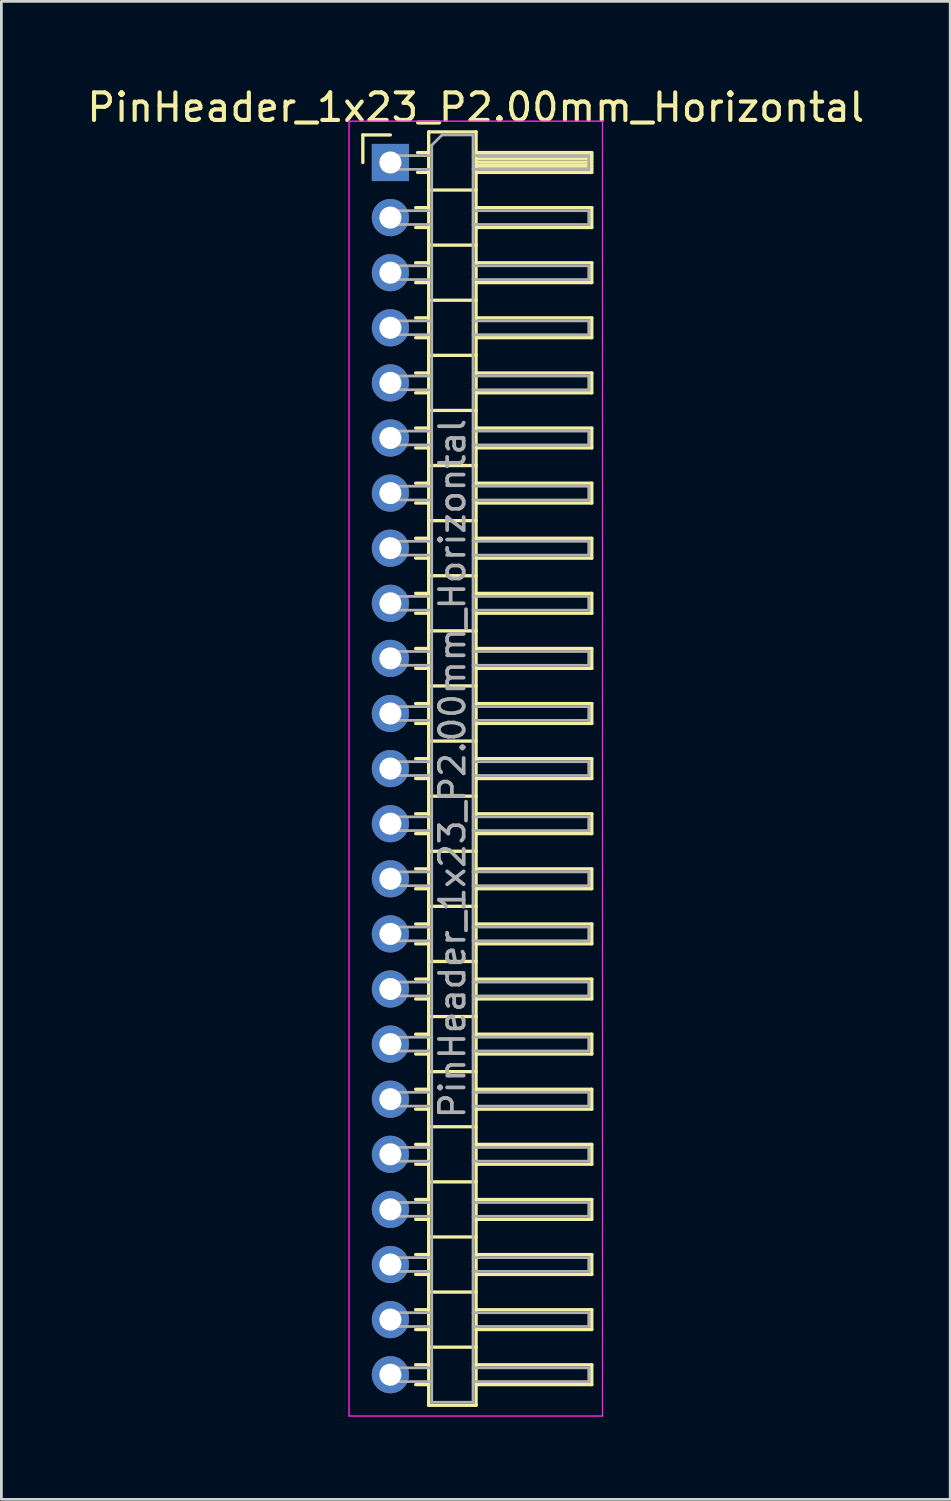
<source format=kicad_pcb>
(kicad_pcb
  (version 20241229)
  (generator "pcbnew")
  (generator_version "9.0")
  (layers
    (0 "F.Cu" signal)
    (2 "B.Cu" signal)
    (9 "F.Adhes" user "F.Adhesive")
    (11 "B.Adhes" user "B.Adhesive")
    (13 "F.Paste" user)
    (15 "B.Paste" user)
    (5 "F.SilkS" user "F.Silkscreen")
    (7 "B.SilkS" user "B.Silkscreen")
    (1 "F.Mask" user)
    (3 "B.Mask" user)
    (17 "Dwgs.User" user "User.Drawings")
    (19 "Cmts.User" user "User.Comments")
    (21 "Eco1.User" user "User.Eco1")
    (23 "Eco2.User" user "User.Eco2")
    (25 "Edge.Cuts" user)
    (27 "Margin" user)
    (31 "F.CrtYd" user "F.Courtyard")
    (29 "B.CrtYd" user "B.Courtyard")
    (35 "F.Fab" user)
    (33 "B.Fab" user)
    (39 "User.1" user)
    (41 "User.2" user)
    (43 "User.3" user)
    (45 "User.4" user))
  (footprint "PinHeader_1x23_P2.00mm_Horizontal"
    (layer "F.Cu")
    (at 11.12 2.848)
    (property "Reference" "PinHeader_1x23_P2.00mm_Horizontal" (at 3.1 -2 0) (layer "F.SilkS") (effects (font (size 1 1) (thickness 0.15))))
    (attr through_hole)
    (fp_line (start -1 -1) (end 0 -1) (stroke (width 0.12) (type solid)) (layer "F.SilkS"))
    (fp_line (start -1 0) (end -1 -1) (stroke (width 0.12) (type solid)) (layer "F.SilkS"))
    (fp_line (start 0.917 1.64) (end 1.39 1.64) (stroke (width 0.12) (type solid)) (layer "F.SilkS"))
    (fp_line (start 0.917 2.36) (end 1.39 2.36) (stroke (width 0.12) (type solid)) (layer "F.SilkS"))
    (fp_line (start 0.917 3.64) (end 1.39 3.64) (stroke (width 0.12) (type solid)) (layer "F.SilkS"))
    (fp_line (start 0.917 4.36) (end 1.39 4.36) (stroke (width 0.12) (type solid)) (layer "F.SilkS"))
    (fp_line (start 0.917 5.64) (end 1.39 5.64) (stroke (width 0.12) (type solid)) (layer "F.SilkS"))
    (fp_line (start 0.917 6.36) (end 1.39 6.36) (stroke (width 0.12) (type solid)) (layer "F.SilkS"))
    (fp_line (start 0.917 7.64) (end 1.39 7.64) (stroke (width 0.12) (type solid)) (layer "F.SilkS"))
    (fp_line (start 0.917 8.36) (end 1.39 8.36) (stroke (width 0.12) (type solid)) (layer "F.SilkS"))
    (fp_line (start 0.917 9.64) (end 1.39 9.64) (stroke (width 0.12) (type solid)) (layer "F.SilkS"))
    (fp_line (start 0.917 10.36) (end 1.39 10.36) (stroke (width 0.12) (type solid)) (layer "F.SilkS"))
    (fp_line (start 0.917 11.64) (end 1.39 11.64) (stroke (width 0.12) (type solid)) (layer "F.SilkS"))
    (fp_line (start 0.917 12.36) (end 1.39 12.36) (stroke (width 0.12) (type solid)) (layer "F.SilkS"))
    (fp_line (start 0.917 13.64) (end 1.39 13.64) (stroke (width 0.12) (type solid)) (layer "F.SilkS"))
    (fp_line (start 0.917 14.36) (end 1.39 14.36) (stroke (width 0.12) (type solid)) (layer "F.SilkS"))
    (fp_line (start 0.917 15.64) (end 1.39 15.64) (stroke (width 0.12) (type solid)) (layer "F.SilkS"))
    (fp_line (start 0.917 16.36) (end 1.39 16.36) (stroke (width 0.12) (type solid)) (layer "F.SilkS"))
    (fp_line (start 0.917 17.64) (end 1.39 17.64) (stroke (width 0.12) (type solid)) (layer "F.SilkS"))
    (fp_line (start 0.917 18.36) (end 1.39 18.36) (stroke (width 0.12) (type solid)) (layer "F.SilkS"))
    (fp_line (start 0.917 19.64) (end 1.39 19.64) (stroke (width 0.12) (type solid)) (layer "F.SilkS"))
    (fp_line (start 0.917 20.36) (end 1.39 20.36) (stroke (width 0.12) (type solid)) (layer "F.SilkS"))
    (fp_line (start 0.917 21.64) (end 1.39 21.64) (stroke (width 0.12) (type solid)) (layer "F.SilkS"))
    (fp_line (start 0.917 22.36) (end 1.39 22.36) (stroke (width 0.12) (type solid)) (layer "F.SilkS"))
    (fp_line (start 0.917 23.64) (end 1.39 23.64) (stroke (width 0.12) (type solid)) (layer "F.SilkS"))
    (fp_line (start 0.917 24.36) (end 1.39 24.36) (stroke (width 0.12) (type solid)) (layer "F.SilkS"))
    (fp_line (start 0.917 25.64) (end 1.39 25.64) (stroke (width 0.12) (type solid)) (layer "F.SilkS"))
    (fp_line (start 0.917 26.36) (end 1.39 26.36) (stroke (width 0.12) (type solid)) (layer "F.SilkS"))
    (fp_line (start 0.917 27.64) (end 1.39 27.64) (stroke (width 0.12) (type solid)) (layer "F.SilkS"))
    (fp_line (start 0.917 28.36) (end 1.39 28.36) (stroke (width 0.12) (type solid)) (layer "F.SilkS"))
    (fp_line (start 0.917 29.64) (end 1.39 29.64) (stroke (width 0.12) (type solid)) (layer "F.SilkS"))
    (fp_line (start 0.917 30.36) (end 1.39 30.36) (stroke (width 0.12) (type solid)) (layer "F.SilkS"))
    (fp_line (start 0.917 31.64) (end 1.39 31.64) (stroke (width 0.12) (type solid)) (layer "F.SilkS"))
    (fp_line (start 0.917 32.36) (end 1.39 32.36) (stroke (width 0.12) (type solid)) (layer "F.SilkS"))
    (fp_line (start 0.917 33.64) (end 1.39 33.64) (stroke (width 0.12) (type solid)) (layer "F.SilkS"))
    (fp_line (start 0.917 34.36) (end 1.39 34.36) (stroke (width 0.12) (type solid)) (layer "F.SilkS"))
    (fp_line (start 0.917 35.64) (end 1.39 35.64) (stroke (width 0.12) (type solid)) (layer "F.SilkS"))
    (fp_line (start 0.917 36.36) (end 1.39 36.36) (stroke (width 0.12) (type solid)) (layer "F.SilkS"))
    (fp_line (start 0.917 37.64) (end 1.39 37.64) (stroke (width 0.12) (type solid)) (layer "F.SilkS"))
    (fp_line (start 0.917 38.36) (end 1.39 38.36) (stroke (width 0.12) (type solid)) (layer "F.SilkS"))
    (fp_line (start 0.917 39.64) (end 1.39 39.64) (stroke (width 0.12) (type solid)) (layer "F.SilkS"))
    (fp_line (start 0.917 40.36) (end 1.39 40.36) (stroke (width 0.12) (type solid)) (layer "F.SilkS"))
    (fp_line (start 0.917 41.64) (end 1.39 41.64) (stroke (width 0.12) (type solid)) (layer "F.SilkS"))
    (fp_line (start 0.917 42.36) (end 1.39 42.36) (stroke (width 0.12) (type solid)) (layer "F.SilkS"))
    (fp_line (start 0.917 43.64) (end 1.39 43.64) (stroke (width 0.12) (type solid)) (layer "F.SilkS"))
    (fp_line (start 0.917 44.36) (end 1.39 44.36) (stroke (width 0.12) (type solid)) (layer "F.SilkS"))
    (fp_line (start 0.985 -0.36) (end 1.39 -0.36) (stroke (width 0.12) (type solid)) (layer "F.SilkS"))
    (fp_line (start 0.985 0.36) (end 1.39 0.36) (stroke (width 0.12) (type solid)) (layer "F.SilkS"))
    (fp_line (start 1.39 -1.11) (end 1.39 45.11) (stroke (width 0.12) (type solid)) (layer "F.SilkS"))
    (fp_line (start 1.39 1) (end 3.11 1) (stroke (width 0.12) (type solid)) (layer "F.SilkS"))
    (fp_line (start 1.39 3) (end 3.11 3) (stroke (width 0.12) (type solid)) (layer "F.SilkS"))
    (fp_line (start 1.39 5) (end 3.11 5) (stroke (width 0.12) (type solid)) (layer "F.SilkS"))
    (fp_line (start 1.39 7) (end 3.11 7) (stroke (width 0.12) (type solid)) (layer "F.SilkS"))
    (fp_line (start 1.39 9) (end 3.11 9) (stroke (width 0.12) (type solid)) (layer "F.SilkS"))
    (fp_line (start 1.39 11) (end 3.11 11) (stroke (width 0.12) (type solid)) (layer "F.SilkS"))
    (fp_line (start 1.39 13) (end 3.11 13) (stroke (width 0.12) (type solid)) (layer "F.SilkS"))
    (fp_line (start 1.39 15) (end 3.11 15) (stroke (width 0.12) (type solid)) (layer "F.SilkS"))
    (fp_line (start 1.39 17) (end 3.11 17) (stroke (width 0.12) (type solid)) (layer "F.SilkS"))
    (fp_line (start 1.39 19) (end 3.11 19) (stroke (width 0.12) (type solid)) (layer "F.SilkS"))
    (fp_line (start 1.39 21) (end 3.11 21) (stroke (width 0.12) (type solid)) (layer "F.SilkS"))
    (fp_line (start 1.39 23) (end 3.11 23) (stroke (width 0.12) (type solid)) (layer "F.SilkS"))
    (fp_line (start 1.39 25) (end 3.11 25) (stroke (width 0.12) (type solid)) (layer "F.SilkS"))
    (fp_line (start 1.39 27) (end 3.11 27) (stroke (width 0.12) (type solid)) (layer "F.SilkS"))
    (fp_line (start 1.39 29) (end 3.11 29) (stroke (width 0.12) (type solid)) (layer "F.SilkS"))
    (fp_line (start 1.39 31) (end 3.11 31) (stroke (width 0.12) (type solid)) (layer "F.SilkS"))
    (fp_line (start 1.39 33) (end 3.11 33) (stroke (width 0.12) (type solid)) (layer "F.SilkS"))
    (fp_line (start 1.39 35) (end 3.11 35) (stroke (width 0.12) (type solid)) (layer "F.SilkS"))
    (fp_line (start 1.39 37) (end 3.11 37) (stroke (width 0.12) (type solid)) (layer "F.SilkS"))
    (fp_line (start 1.39 39) (end 3.11 39) (stroke (width 0.12) (type solid)) (layer "F.SilkS"))
    (fp_line (start 1.39 41) (end 3.11 41) (stroke (width 0.12) (type solid)) (layer "F.SilkS"))
    (fp_line (start 1.39 43) (end 3.11 43) (stroke (width 0.12) (type solid)) (layer "F.SilkS"))
    (fp_line (start 1.39 45.11) (end 3.11 45.11) (stroke (width 0.12) (type solid)) (layer "F.SilkS"))
    (fp_line (start 3.11 -1.11) (end 1.39 -1.11) (stroke (width 0.12) (type solid)) (layer "F.SilkS"))
    (fp_line (start 3.11 -0.36) (end 7.31 -0.36) (stroke (width 0.12) (type solid)) (layer "F.SilkS"))
    (fp_line (start 3.11 -0.25) (end 7.31 -0.25) (stroke (width 0.12) (type solid)) (layer "F.SilkS"))
    (fp_line (start 3.11 -0.13) (end 7.31 -0.13) (stroke (width 0.12) (type solid)) (layer "F.SilkS"))
    (fp_line (start 3.11 -0.01) (end 7.31 -0.01) (stroke (width 0.12) (type solid)) (layer "F.SilkS"))
    (fp_line (start 3.11 0.11) (end 7.31 0.11) (stroke (width 0.12) (type solid)) (layer "F.SilkS"))
    (fp_line (start 3.11 0.23) (end 7.31 0.23) (stroke (width 0.12) (type solid)) (layer "F.SilkS"))
    (fp_line (start 3.11 1.64) (end 7.31 1.64) (stroke (width 0.12) (type solid)) (layer "F.SilkS"))
    (fp_line (start 3.11 3.64) (end 7.31 3.64) (stroke (width 0.12) (type solid)) (layer "F.SilkS"))
    (fp_line (start 3.11 5.64) (end 7.31 5.64) (stroke (width 0.12) (type solid)) (layer "F.SilkS"))
    (fp_line (start 3.11 7.64) (end 7.31 7.64) (stroke (width 0.12) (type solid)) (layer "F.SilkS"))
    (fp_line (start 3.11 9.64) (end 7.31 9.64) (stroke (width 0.12) (type solid)) (layer "F.SilkS"))
    (fp_line (start 3.11 11.64) (end 7.31 11.64) (stroke (width 0.12) (type solid)) (layer "F.SilkS"))
    (fp_line (start 3.11 13.64) (end 7.31 13.64) (stroke (width 0.12) (type solid)) (layer "F.SilkS"))
    (fp_line (start 3.11 15.64) (end 7.31 15.64) (stroke (width 0.12) (type solid)) (layer "F.SilkS"))
    (fp_line (start 3.11 17.64) (end 7.31 17.64) (stroke (width 0.12) (type solid)) (layer "F.SilkS"))
    (fp_line (start 3.11 19.64) (end 7.31 19.64) (stroke (width 0.12) (type solid)) (layer "F.SilkS"))
    (fp_line (start 3.11 21.64) (end 7.31 21.64) (stroke (width 0.12) (type solid)) (layer "F.SilkS"))
    (fp_line (start 3.11 23.64) (end 7.31 23.64) (stroke (width 0.12) (type solid)) (layer "F.SilkS"))
    (fp_line (start 3.11 25.64) (end 7.31 25.64) (stroke (width 0.12) (type solid)) (layer "F.SilkS"))
    (fp_line (start 3.11 27.64) (end 7.31 27.64) (stroke (width 0.12) (type solid)) (layer "F.SilkS"))
    (fp_line (start 3.11 29.64) (end 7.31 29.64) (stroke (width 0.12) (type solid)) (layer "F.SilkS"))
    (fp_line (start 3.11 31.64) (end 7.31 31.64) (stroke (width 0.12) (type solid)) (layer "F.SilkS"))
    (fp_line (start 3.11 33.64) (end 7.31 33.64) (stroke (width 0.12) (type solid)) (layer "F.SilkS"))
    (fp_line (start 3.11 35.64) (end 7.31 35.64) (stroke (width 0.12) (type solid)) (layer "F.SilkS"))
    (fp_line (start 3.11 37.64) (end 7.31 37.64) (stroke (width 0.12) (type solid)) (layer "F.SilkS"))
    (fp_line (start 3.11 39.64) (end 7.31 39.64) (stroke (width 0.12) (type solid)) (layer "F.SilkS"))
    (fp_line (start 3.11 41.64) (end 7.31 41.64) (stroke (width 0.12) (type solid)) (layer "F.SilkS"))
    (fp_line (start 3.11 43.64) (end 7.31 43.64) (stroke (width 0.12) (type solid)) (layer "F.SilkS"))
    (fp_line (start 3.11 45.11) (end 3.11 -1.11) (stroke (width 0.12) (type solid)) (layer "F.SilkS"))
    (fp_line (start 7.31 -0.36) (end 7.31 0.36) (stroke (width 0.12) (type solid)) (layer "F.SilkS"))
    (fp_line (start 7.31 0.36) (end 3.11 0.36) (stroke (width 0.12) (type solid)) (layer "F.SilkS"))
    (fp_line (start 7.31 1.64) (end 7.31 2.36) (stroke (width 0.12) (type solid)) (layer "F.SilkS"))
    (fp_line (start 7.31 2.36) (end 3.11 2.36) (stroke (width 0.12) (type solid)) (layer "F.SilkS"))
    (fp_line (start 7.31 3.64) (end 7.31 4.36) (stroke (width 0.12) (type solid)) (layer "F.SilkS"))
    (fp_line (start 7.31 4.36) (end 3.11 4.36) (stroke (width 0.12) (type solid)) (layer "F.SilkS"))
    (fp_line (start 7.31 5.64) (end 7.31 6.36) (stroke (width 0.12) (type solid)) (layer "F.SilkS"))
    (fp_line (start 7.31 6.36) (end 3.11 6.36) (stroke (width 0.12) (type solid)) (layer "F.SilkS"))
    (fp_line (start 7.31 7.64) (end 7.31 8.36) (stroke (width 0.12) (type solid)) (layer "F.SilkS"))
    (fp_line (start 7.31 8.36) (end 3.11 8.36) (stroke (width 0.12) (type solid)) (layer "F.SilkS"))
    (fp_line (start 7.31 9.64) (end 7.31 10.36) (stroke (width 0.12) (type solid)) (layer "F.SilkS"))
    (fp_line (start 7.31 10.36) (end 3.11 10.36) (stroke (width 0.12) (type solid)) (layer "F.SilkS"))
    (fp_line (start 7.31 11.64) (end 7.31 12.36) (stroke (width 0.12) (type solid)) (layer "F.SilkS"))
    (fp_line (start 7.31 12.36) (end 3.11 12.36) (stroke (width 0.12) (type solid)) (layer "F.SilkS"))
    (fp_line (start 7.31 13.64) (end 7.31 14.36) (stroke (width 0.12) (type solid)) (layer "F.SilkS"))
    (fp_line (start 7.31 14.36) (end 3.11 14.36) (stroke (width 0.12) (type solid)) (layer "F.SilkS"))
    (fp_line (start 7.31 15.64) (end 7.31 16.36) (stroke (width 0.12) (type solid)) (layer "F.SilkS"))
    (fp_line (start 7.31 16.36) (end 3.11 16.36) (stroke (width 0.12) (type solid)) (layer "F.SilkS"))
    (fp_line (start 7.31 17.64) (end 7.31 18.36) (stroke (width 0.12) (type solid)) (layer "F.SilkS"))
    (fp_line (start 7.31 18.36) (end 3.11 18.36) (stroke (width 0.12) (type solid)) (layer "F.SilkS"))
    (fp_line (start 7.31 19.64) (end 7.31 20.36) (stroke (width 0.12) (type solid)) (layer "F.SilkS"))
    (fp_line (start 7.31 20.36) (end 3.11 20.36) (stroke (width 0.12) (type solid)) (layer "F.SilkS"))
    (fp_line (start 7.31 21.64) (end 7.31 22.36) (stroke (width 0.12) (type solid)) (layer "F.SilkS"))
    (fp_line (start 7.31 22.36) (end 3.11 22.36) (stroke (width 0.12) (type solid)) (layer "F.SilkS"))
    (fp_line (start 7.31 23.64) (end 7.31 24.36) (stroke (width 0.12) (type solid)) (layer "F.SilkS"))
    (fp_line (start 7.31 24.36) (end 3.11 24.36) (stroke (width 0.12) (type solid)) (layer "F.SilkS"))
    (fp_line (start 7.31 25.64) (end 7.31 26.36) (stroke (width 0.12) (type solid)) (layer "F.SilkS"))
    (fp_line (start 7.31 26.36) (end 3.11 26.36) (stroke (width 0.12) (type solid)) (layer "F.SilkS"))
    (fp_line (start 7.31 27.64) (end 7.31 28.36) (stroke (width 0.12) (type solid)) (layer "F.SilkS"))
    (fp_line (start 7.31 28.36) (end 3.11 28.36) (stroke (width 0.12) (type solid)) (layer "F.SilkS"))
    (fp_line (start 7.31 29.64) (end 7.31 30.36) (stroke (width 0.12) (type solid)) (layer "F.SilkS"))
    (fp_line (start 7.31 30.36) (end 3.11 30.36) (stroke (width 0.12) (type solid)) (layer "F.SilkS"))
    (fp_line (start 7.31 31.64) (end 7.31 32.36) (stroke (width 0.12) (type solid)) (layer "F.SilkS"))
    (fp_line (start 7.31 32.36) (end 3.11 32.36) (stroke (width 0.12) (type solid)) (layer "F.SilkS"))
    (fp_line (start 7.31 33.64) (end 7.31 34.36) (stroke (width 0.12) (type solid)) (layer "F.SilkS"))
    (fp_line (start 7.31 34.36) (end 3.11 34.36) (stroke (width 0.12) (type solid)) (layer "F.SilkS"))
    (fp_line (start 7.31 35.64) (end 7.31 36.36) (stroke (width 0.12) (type solid)) (layer "F.SilkS"))
    (fp_line (start 7.31 36.36) (end 3.11 36.36) (stroke (width 0.12) (type solid)) (layer "F.SilkS"))
    (fp_line (start 7.31 37.64) (end 7.31 38.36) (stroke (width 0.12) (type solid)) (layer "F.SilkS"))
    (fp_line (start 7.31 38.36) (end 3.11 38.36) (stroke (width 0.12) (type solid)) (layer "F.SilkS"))
    (fp_line (start 7.31 39.64) (end 7.31 40.36) (stroke (width 0.12) (type solid)) (layer "F.SilkS"))
    (fp_line (start 7.31 40.36) (end 3.11 40.36) (stroke (width 0.12) (type solid)) (layer "F.SilkS"))
    (fp_line (start 7.31 41.64) (end 7.31 42.36) (stroke (width 0.12) (type solid)) (layer "F.SilkS"))
    (fp_line (start 7.31 42.36) (end 3.11 42.36) (stroke (width 0.12) (type solid)) (layer "F.SilkS"))
    (fp_line (start 7.31 43.64) (end 7.31 44.36) (stroke (width 0.12) (type solid)) (layer "F.SilkS"))
    (fp_line (start 7.31 44.36) (end 3.11 44.36) (stroke (width 0.12) (type solid)) (layer "F.SilkS"))
    (fp_line (start -1.5 -1.5) (end -1.5 45.5) (stroke (width 0.05) (type solid)) (layer "F.CrtYd"))
    (fp_line (start -1.5 45.5) (end 7.7 45.5) (stroke (width 0.05) (type solid)) (layer "F.CrtYd"))
    (fp_line (start 7.7 -1.5) (end -1.5 -1.5) (stroke (width 0.05) (type solid)) (layer "F.CrtYd"))
    (fp_line (start 7.7 45.5) (end 7.7 -1.5) (stroke (width 0.05) (type solid)) (layer "F.CrtYd"))
    (fp_line (start -0.25 -0.25) (end -0.25 0.25) (stroke (width 0.1) (type solid)) (layer "F.Fab"))
    (fp_line (start -0.25 -0.25) (end 1.5 -0.25) (stroke (width 0.1) (type solid)) (layer "F.Fab"))
    (fp_line (start -0.25 0.25) (end 1.5 0.25) (stroke (width 0.1) (type solid)) (layer "F.Fab"))
    (fp_line (start -0.25 1.75) (end -0.25 2.25) (stroke (width 0.1) (type solid)) (layer "F.Fab"))
    (fp_line (start -0.25 1.75) (end 1.5 1.75) (stroke (width 0.1) (type solid)) (layer "F.Fab"))
    (fp_line (start -0.25 2.25) (end 1.5 2.25) (stroke (width 0.1) (type solid)) (layer "F.Fab"))
    (fp_line (start -0.25 3.75) (end -0.25 4.25) (stroke (width 0.1) (type solid)) (layer "F.Fab"))
    (fp_line (start -0.25 3.75) (end 1.5 3.75) (stroke (width 0.1) (type solid)) (layer "F.Fab"))
    (fp_line (start -0.25 4.25) (end 1.5 4.25) (stroke (width 0.1) (type solid)) (layer "F.Fab"))
    (fp_line (start -0.25 5.75) (end -0.25 6.25) (stroke (width 0.1) (type solid)) (layer "F.Fab"))
    (fp_line (start -0.25 5.75) (end 1.5 5.75) (stroke (width 0.1) (type solid)) (layer "F.Fab"))
    (fp_line (start -0.25 6.25) (end 1.5 6.25) (stroke (width 0.1) (type solid)) (layer "F.Fab"))
    (fp_line (start -0.25 7.75) (end -0.25 8.25) (stroke (width 0.1) (type solid)) (layer "F.Fab"))
    (fp_line (start -0.25 7.75) (end 1.5 7.75) (stroke (width 0.1) (type solid)) (layer "F.Fab"))
    (fp_line (start -0.25 8.25) (end 1.5 8.25) (stroke (width 0.1) (type solid)) (layer "F.Fab"))
    (fp_line (start -0.25 9.75) (end -0.25 10.25) (stroke (width 0.1) (type solid)) (layer "F.Fab"))
    (fp_line (start -0.25 9.75) (end 1.5 9.75) (stroke (width 0.1) (type solid)) (layer "F.Fab"))
    (fp_line (start -0.25 10.25) (end 1.5 10.25) (stroke (width 0.1) (type solid)) (layer "F.Fab"))
    (fp_line (start -0.25 11.75) (end -0.25 12.25) (stroke (width 0.1) (type solid)) (layer "F.Fab"))
    (fp_line (start -0.25 11.75) (end 1.5 11.75) (stroke (width 0.1) (type solid)) (layer "F.Fab"))
    (fp_line (start -0.25 12.25) (end 1.5 12.25) (stroke (width 0.1) (type solid)) (layer "F.Fab"))
    (fp_line (start -0.25 13.75) (end -0.25 14.25) (stroke (width 0.1) (type solid)) (layer "F.Fab"))
    (fp_line (start -0.25 13.75) (end 1.5 13.75) (stroke (width 0.1) (type solid)) (layer "F.Fab"))
    (fp_line (start -0.25 14.25) (end 1.5 14.25) (stroke (width 0.1) (type solid)) (layer "F.Fab"))
    (fp_line (start -0.25 15.75) (end -0.25 16.25) (stroke (width 0.1) (type solid)) (layer "F.Fab"))
    (fp_line (start -0.25 15.75) (end 1.5 15.75) (stroke (width 0.1) (type solid)) (layer "F.Fab"))
    (fp_line (start -0.25 16.25) (end 1.5 16.25) (stroke (width 0.1) (type solid)) (layer "F.Fab"))
    (fp_line (start -0.25 17.75) (end -0.25 18.25) (stroke (width 0.1) (type solid)) (layer "F.Fab"))
    (fp_line (start -0.25 17.75) (end 1.5 17.75) (stroke (width 0.1) (type solid)) (layer "F.Fab"))
    (fp_line (start -0.25 18.25) (end 1.5 18.25) (stroke (width 0.1) (type solid)) (layer "F.Fab"))
    (fp_line (start -0.25 19.75) (end -0.25 20.25) (stroke (width 0.1) (type solid)) (layer "F.Fab"))
    (fp_line (start -0.25 19.75) (end 1.5 19.75) (stroke (width 0.1) (type solid)) (layer "F.Fab"))
    (fp_line (start -0.25 20.25) (end 1.5 20.25) (stroke (width 0.1) (type solid)) (layer "F.Fab"))
    (fp_line (start -0.25 21.75) (end -0.25 22.25) (stroke (width 0.1) (type solid)) (layer "F.Fab"))
    (fp_line (start -0.25 21.75) (end 1.5 21.75) (stroke (width 0.1) (type solid)) (layer "F.Fab"))
    (fp_line (start -0.25 22.25) (end 1.5 22.25) (stroke (width 0.1) (type solid)) (layer "F.Fab"))
    (fp_line (start -0.25 23.75) (end -0.25 24.25) (stroke (width 0.1) (type solid)) (layer "F.Fab"))
    (fp_line (start -0.25 23.75) (end 1.5 23.75) (stroke (width 0.1) (type solid)) (layer "F.Fab"))
    (fp_line (start -0.25 24.25) (end 1.5 24.25) (stroke (width 0.1) (type solid)) (layer "F.Fab"))
    (fp_line (start -0.25 25.75) (end -0.25 26.25) (stroke (width 0.1) (type solid)) (layer "F.Fab"))
    (fp_line (start -0.25 25.75) (end 1.5 25.75) (stroke (width 0.1) (type solid)) (layer "F.Fab"))
    (fp_line (start -0.25 26.25) (end 1.5 26.25) (stroke (width 0.1) (type solid)) (layer "F.Fab"))
    (fp_line (start -0.25 27.75) (end -0.25 28.25) (stroke (width 0.1) (type solid)) (layer "F.Fab"))
    (fp_line (start -0.25 27.75) (end 1.5 27.75) (stroke (width 0.1) (type solid)) (layer "F.Fab"))
    (fp_line (start -0.25 28.25) (end 1.5 28.25) (stroke (width 0.1) (type solid)) (layer "F.Fab"))
    (fp_line (start -0.25 29.75) (end -0.25 30.25) (stroke (width 0.1) (type solid)) (layer "F.Fab"))
    (fp_line (start -0.25 29.75) (end 1.5 29.75) (stroke (width 0.1) (type solid)) (layer "F.Fab"))
    (fp_line (start -0.25 30.25) (end 1.5 30.25) (stroke (width 0.1) (type solid)) (layer "F.Fab"))
    (fp_line (start -0.25 31.75) (end -0.25 32.25) (stroke (width 0.1) (type solid)) (layer "F.Fab"))
    (fp_line (start -0.25 31.75) (end 1.5 31.75) (stroke (width 0.1) (type solid)) (layer "F.Fab"))
    (fp_line (start -0.25 32.25) (end 1.5 32.25) (stroke (width 0.1) (type solid)) (layer "F.Fab"))
    (fp_line (start -0.25 33.75) (end -0.25 34.25) (stroke (width 0.1) (type solid)) (layer "F.Fab"))
    (fp_line (start -0.25 33.75) (end 1.5 33.75) (stroke (width 0.1) (type solid)) (layer "F.Fab"))
    (fp_line (start -0.25 34.25) (end 1.5 34.25) (stroke (width 0.1) (type solid)) (layer "F.Fab"))
    (fp_line (start -0.25 35.75) (end -0.25 36.25) (stroke (width 0.1) (type solid)) (layer "F.Fab"))
    (fp_line (start -0.25 35.75) (end 1.5 35.75) (stroke (width 0.1) (type solid)) (layer "F.Fab"))
    (fp_line (start -0.25 36.25) (end 1.5 36.25) (stroke (width 0.1) (type solid)) (layer "F.Fab"))
    (fp_line (start -0.25 37.75) (end -0.25 38.25) (stroke (width 0.1) (type solid)) (layer "F.Fab"))
    (fp_line (start -0.25 37.75) (end 1.5 37.75) (stroke (width 0.1) (type solid)) (layer "F.Fab"))
    (fp_line (start -0.25 38.25) (end 1.5 38.25) (stroke (width 0.1) (type solid)) (layer "F.Fab"))
    (fp_line (start -0.25 39.75) (end -0.25 40.25) (stroke (width 0.1) (type solid)) (layer "F.Fab"))
    (fp_line (start -0.25 39.75) (end 1.5 39.75) (stroke (width 0.1) (type solid)) (layer "F.Fab"))
    (fp_line (start -0.25 40.25) (end 1.5 40.25) (stroke (width 0.1) (type solid)) (layer "F.Fab"))
    (fp_line (start -0.25 41.75) (end -0.25 42.25) (stroke (width 0.1) (type solid)) (layer "F.Fab"))
    (fp_line (start -0.25 41.75) (end 1.5 41.75) (stroke (width 0.1) (type solid)) (layer "F.Fab"))
    (fp_line (start -0.25 42.25) (end 1.5 42.25) (stroke (width 0.1) (type solid)) (layer "F.Fab"))
    (fp_line (start -0.25 43.75) (end -0.25 44.25) (stroke (width 0.1) (type solid)) (layer "F.Fab"))
    (fp_line (start -0.25 43.75) (end 1.5 43.75) (stroke (width 0.1) (type solid)) (layer "F.Fab"))
    (fp_line (start -0.25 44.25) (end 1.5 44.25) (stroke (width 0.1) (type solid)) (layer "F.Fab"))
    (fp_line (start 1.5 -0.625) (end 1.875 -1) (stroke (width 0.1) (type solid)) (layer "F.Fab"))
    (fp_line (start 1.5 45) (end 1.5 -0.625) (stroke (width 0.1) (type solid)) (layer "F.Fab"))
    (fp_line (start 1.875 -1) (end 3 -1) (stroke (width 0.1) (type solid)) (layer "F.Fab"))
    (fp_line (start 3 -1) (end 3 45) (stroke (width 0.1) (type solid)) (layer "F.Fab"))
    (fp_line (start 3 -0.25) (end 7.2 -0.25) (stroke (width 0.1) (type solid)) (layer "F.Fab"))
    (fp_line (start 3 0.25) (end 7.2 0.25) (stroke (width 0.1) (type solid)) (layer "F.Fab"))
    (fp_line (start 3 1.75) (end 7.2 1.75) (stroke (width 0.1) (type solid)) (layer "F.Fab"))
    (fp_line (start 3 2.25) (end 7.2 2.25) (stroke (width 0.1) (type solid)) (layer "F.Fab"))
    (fp_line (start 3 3.75) (end 7.2 3.75) (stroke (width 0.1) (type solid)) (layer "F.Fab"))
    (fp_line (start 3 4.25) (end 7.2 4.25) (stroke (width 0.1) (type solid)) (layer "F.Fab"))
    (fp_line (start 3 5.75) (end 7.2 5.75) (stroke (width 0.1) (type solid)) (layer "F.Fab"))
    (fp_line (start 3 6.25) (end 7.2 6.25) (stroke (width 0.1) (type solid)) (layer "F.Fab"))
    (fp_line (start 3 7.75) (end 7.2 7.75) (stroke (width 0.1) (type solid)) (layer "F.Fab"))
    (fp_line (start 3 8.25) (end 7.2 8.25) (stroke (width 0.1) (type solid)) (layer "F.Fab"))
    (fp_line (start 3 9.75) (end 7.2 9.75) (stroke (width 0.1) (type solid)) (layer "F.Fab"))
    (fp_line (start 3 10.25) (end 7.2 10.25) (stroke (width 0.1) (type solid)) (layer "F.Fab"))
    (fp_line (start 3 11.75) (end 7.2 11.75) (stroke (width 0.1) (type solid)) (layer "F.Fab"))
    (fp_line (start 3 12.25) (end 7.2 12.25) (stroke (width 0.1) (type solid)) (layer "F.Fab"))
    (fp_line (start 3 13.75) (end 7.2 13.75) (stroke (width 0.1) (type solid)) (layer "F.Fab"))
    (fp_line (start 3 14.25) (end 7.2 14.25) (stroke (width 0.1) (type solid)) (layer "F.Fab"))
    (fp_line (start 3 15.75) (end 7.2 15.75) (stroke (width 0.1) (type solid)) (layer "F.Fab"))
    (fp_line (start 3 16.25) (end 7.2 16.25) (stroke (width 0.1) (type solid)) (layer "F.Fab"))
    (fp_line (start 3 17.75) (end 7.2 17.75) (stroke (width 0.1) (type solid)) (layer "F.Fab"))
    (fp_line (start 3 18.25) (end 7.2 18.25) (stroke (width 0.1) (type solid)) (layer "F.Fab"))
    (fp_line (start 3 19.75) (end 7.2 19.75) (stroke (width 0.1) (type solid)) (layer "F.Fab"))
    (fp_line (start 3 20.25) (end 7.2 20.25) (stroke (width 0.1) (type solid)) (layer "F.Fab"))
    (fp_line (start 3 21.75) (end 7.2 21.75) (stroke (width 0.1) (type solid)) (layer "F.Fab"))
    (fp_line (start 3 22.25) (end 7.2 22.25) (stroke (width 0.1) (type solid)) (layer "F.Fab"))
    (fp_line (start 3 23.75) (end 7.2 23.75) (stroke (width 0.1) (type solid)) (layer "F.Fab"))
    (fp_line (start 3 24.25) (end 7.2 24.25) (stroke (width 0.1) (type solid)) (layer "F.Fab"))
    (fp_line (start 3 25.75) (end 7.2 25.75) (stroke (width 0.1) (type solid)) (layer "F.Fab"))
    (fp_line (start 3 26.25) (end 7.2 26.25) (stroke (width 0.1) (type solid)) (layer "F.Fab"))
    (fp_line (start 3 27.75) (end 7.2 27.75) (stroke (width 0.1) (type solid)) (layer "F.Fab"))
    (fp_line (start 3 28.25) (end 7.2 28.25) (stroke (width 0.1) (type solid)) (layer "F.Fab"))
    (fp_line (start 3 29.75) (end 7.2 29.75) (stroke (width 0.1) (type solid)) (layer "F.Fab"))
    (fp_line (start 3 30.25) (end 7.2 30.25) (stroke (width 0.1) (type solid)) (layer "F.Fab"))
    (fp_line (start 3 31.75) (end 7.2 31.75) (stroke (width 0.1) (type solid)) (layer "F.Fab"))
    (fp_line (start 3 32.25) (end 7.2 32.25) (stroke (width 0.1) (type solid)) (layer "F.Fab"))
    (fp_line (start 3 33.75) (end 7.2 33.75) (stroke (width 0.1) (type solid)) (layer "F.Fab"))
    (fp_line (start 3 34.25) (end 7.2 34.25) (stroke (width 0.1) (type solid)) (layer "F.Fab"))
    (fp_line (start 3 35.75) (end 7.2 35.75) (stroke (width 0.1) (type solid)) (layer "F.Fab"))
    (fp_line (start 3 36.25) (end 7.2 36.25) (stroke (width 0.1) (type solid)) (layer "F.Fab"))
    (fp_line (start 3 37.75) (end 7.2 37.75) (stroke (width 0.1) (type solid)) (layer "F.Fab"))
    (fp_line (start 3 38.25) (end 7.2 38.25) (stroke (width 0.1) (type solid)) (layer "F.Fab"))
    (fp_line (start 3 39.75) (end 7.2 39.75) (stroke (width 0.1) (type solid)) (layer "F.Fab"))
    (fp_line (start 3 40.25) (end 7.2 40.25) (stroke (width 0.1) (type solid)) (layer "F.Fab"))
    (fp_line (start 3 41.75) (end 7.2 41.75) (stroke (width 0.1) (type solid)) (layer "F.Fab"))
    (fp_line (start 3 42.25) (end 7.2 42.25) (stroke (width 0.1) (type solid)) (layer "F.Fab"))
    (fp_line (start 3 43.75) (end 7.2 43.75) (stroke (width 0.1) (type solid)) (layer "F.Fab"))
    (fp_line (start 3 44.25) (end 7.2 44.25) (stroke (width 0.1) (type solid)) (layer "F.Fab"))
    (fp_line (start 3 45) (end 1.5 45) (stroke (width 0.1) (type solid)) (layer "F.Fab"))
    (fp_line (start 7.2 -0.25) (end 7.2 0.25) (stroke (width 0.1) (type solid)) (layer "F.Fab"))
    (fp_line (start 7.2 1.75) (end 7.2 2.25) (stroke (width 0.1) (type solid)) (layer "F.Fab"))
    (fp_line (start 7.2 3.75) (end 7.2 4.25) (stroke (width 0.1) (type solid)) (layer "F.Fab"))
    (fp_line (start 7.2 5.75) (end 7.2 6.25) (stroke (width 0.1) (type solid)) (layer "F.Fab"))
    (fp_line (start 7.2 7.75) (end 7.2 8.25) (stroke (width 0.1) (type solid)) (layer "F.Fab"))
    (fp_line (start 7.2 9.75) (end 7.2 10.25) (stroke (width 0.1) (type solid)) (layer "F.Fab"))
    (fp_line (start 7.2 11.75) (end 7.2 12.25) (stroke (width 0.1) (type solid)) (layer "F.Fab"))
    (fp_line (start 7.2 13.75) (end 7.2 14.25) (stroke (width 0.1) (type solid)) (layer "F.Fab"))
    (fp_line (start 7.2 15.75) (end 7.2 16.25) (stroke (width 0.1) (type solid)) (layer "F.Fab"))
    (fp_line (start 7.2 17.75) (end 7.2 18.25) (stroke (width 0.1) (type solid)) (layer "F.Fab"))
    (fp_line (start 7.2 19.75) (end 7.2 20.25) (stroke (width 0.1) (type solid)) (layer "F.Fab"))
    (fp_line (start 7.2 21.75) (end 7.2 22.25) (stroke (width 0.1) (type solid)) (layer "F.Fab"))
    (fp_line (start 7.2 23.75) (end 7.2 24.25) (stroke (width 0.1) (type solid)) (layer "F.Fab"))
    (fp_line (start 7.2 25.75) (end 7.2 26.25) (stroke (width 0.1) (type solid)) (layer "F.Fab"))
    (fp_line (start 7.2 27.75) (end 7.2 28.25) (stroke (width 0.1) (type solid)) (layer "F.Fab"))
    (fp_line (start 7.2 29.75) (end 7.2 30.25) (stroke (width 0.1) (type solid)) (layer "F.Fab"))
    (fp_line (start 7.2 31.75) (end 7.2 32.25) (stroke (width 0.1) (type solid)) (layer "F.Fab"))
    (fp_line (start 7.2 33.75) (end 7.2 34.25) (stroke (width 0.1) (type solid)) (layer "F.Fab"))
    (fp_line (start 7.2 35.75) (end 7.2 36.25) (stroke (width 0.1) (type solid)) (layer "F.Fab"))
    (fp_line (start 7.2 37.75) (end 7.2 38.25) (stroke (width 0.1) (type solid)) (layer "F.Fab"))
    (fp_line (start 7.2 39.75) (end 7.2 40.25) (stroke (width 0.1) (type solid)) (layer "F.Fab"))
    (fp_line (start 7.2 41.75) (end 7.2 42.25) (stroke (width 0.1) (type solid)) (layer "F.Fab"))
    (fp_line (start 7.2 43.75) (end 7.2 44.25) (stroke (width 0.1) (type solid)) (layer "F.Fab"))
    (fp_text user "${REFERENCE}" (at 2.25 22 90) (layer "F.Fab") (effects (font (size 0.9 0.9) (thickness 0.135))))
    (pad "1" thru_hole rect (at 0 0) (size 1.35 1.35) (drill 0.8) (layers "*.Cu" "*.Mask"))
    (pad "2" thru_hole circle (at 0 2) (size 1.35 1.35) (drill 0.8) (layers "*.Cu" "*.Mask"))
    (pad "3" thru_hole circle (at 0 4) (size 1.35 1.35) (drill 0.8) (layers "*.Cu" "*.Mask"))
    (pad "4" thru_hole circle (at 0 6) (size 1.35 1.35) (drill 0.8) (layers "*.Cu" "*.Mask"))
    (pad "5" thru_hole circle (at 0 8) (size 1.35 1.35) (drill 0.8) (layers "*.Cu" "*.Mask"))
    (pad "6" thru_hole circle (at 0 10) (size 1.35 1.35) (drill 0.8) (layers "*.Cu" "*.Mask"))
    (pad "7" thru_hole circle (at 0 12) (size 1.35 1.35) (drill 0.8) (layers "*.Cu" "*.Mask"))
    (pad "8" thru_hole circle (at 0 14) (size 1.35 1.35) (drill 0.8) (layers "*.Cu" "*.Mask"))
    (pad "9" thru_hole circle (at 0 16) (size 1.35 1.35) (drill 0.8) (layers "*.Cu" "*.Mask"))
    (pad "10" thru_hole circle (at 0 18) (size 1.35 1.35) (drill 0.8) (layers "*.Cu" "*.Mask"))
    (pad "11" thru_hole circle (at 0 20) (size 1.35 1.35) (drill 0.8) (layers "*.Cu" "*.Mask"))
    (pad "12" thru_hole circle (at 0 22) (size 1.35 1.35) (drill 0.8) (layers "*.Cu" "*.Mask"))
    (pad "13" thru_hole circle (at 0 24) (size 1.35 1.35) (drill 0.8) (layers "*.Cu" "*.Mask"))
    (pad "14" thru_hole circle (at 0 26) (size 1.35 1.35) (drill 0.8) (layers "*.Cu" "*.Mask"))
    (pad "15" thru_hole circle (at 0 28) (size 1.35 1.35) (drill 0.8) (layers "*.Cu" "*.Mask"))
    (pad "16" thru_hole circle (at 0 30) (size 1.35 1.35) (drill 0.8) (layers "*.Cu" "*.Mask"))
    (pad "17" thru_hole circle (at 0 32) (size 1.35 1.35) (drill 0.8) (layers "*.Cu" "*.Mask"))
    (pad "18" thru_hole circle (at 0 34) (size 1.35 1.35) (drill 0.8) (layers "*.Cu" "*.Mask"))
    (pad "19" thru_hole circle (at 0 36) (size 1.35 1.35) (drill 0.8) (layers "*.Cu" "*.Mask"))
    (pad "20" thru_hole circle (at 0 38) (size 1.35 1.35) (drill 0.8) (layers "*.Cu" "*.Mask"))
    (pad "21" thru_hole circle (at 0 40) (size 1.35 1.35) (drill 0.8) (layers "*.Cu" "*.Mask"))
    (pad "22" thru_hole circle (at 0 42) (size 1.35 1.35) (drill 0.8) (layers "*.Cu" "*.Mask"))
    (pad "23" thru_hole circle (at 0 44) (size 1.35 1.35) (drill 0.8) (layers "*.Cu" "*.Mask")))
  (gr_rect
    (start -3 -3)
    (end 31.44 51.373)
    (stroke (width 0.1) (type default))
    (fill no)
    (layer "Edge.Cuts")))
</source>
